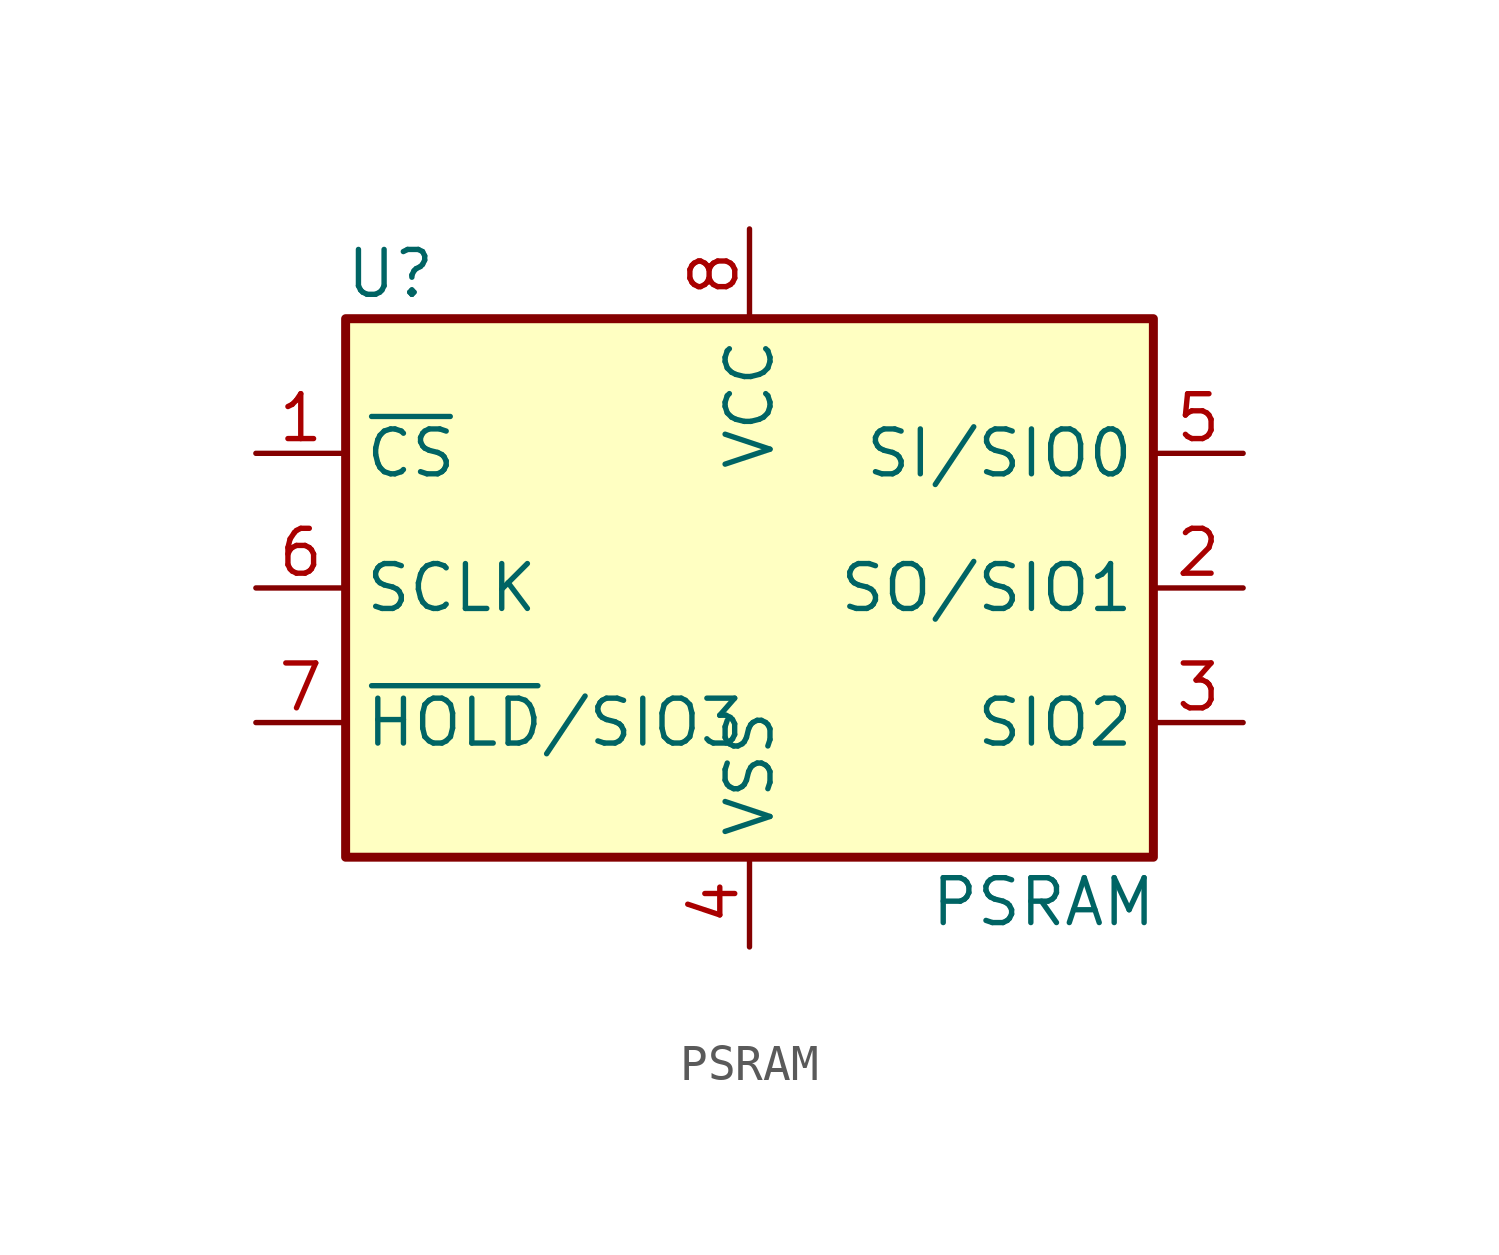
<source format=kicad_sym>
(kicad_symbol_lib
  (version 20211014)
  (generator kicad_symbol_editor)
  (symbol "PSRAM"
    (property "Reference" "U"
      (at -10.16 8.89 0)
      (effects (font (size 1.27 1.27))))
    (property "Value" "PSRAM"
      (at 5.08 -8.89 0)
      (effects (font (size 1.27 1.27)) (justify left)))
    (symbol "PSRAM_0_1"
      (rectangle (start -11.43 7.62) (end 11.43 -7.62) (stroke (width 0.254) (type default) (color 0 0 0 0)) (fill (type background))))
    (symbol "PSRAM_1_1"
      (pin input line (at -13.97 3.81 0) (length 2.54) (name "~{CS}" (effects (font (size 1.27 1.27)))) (number "1" (effects (font (size 1.27 1.27)))))
      (pin output line (at 13.97 0 180) (length 2.54) (name "SO/SIO1" (effects (font (size 1.27 1.27)))) (number "2" (effects (font (size 1.27 1.27)))))
      (pin bidirectional line (at 13.97 -3.81 180) (length 2.54) (name "SIO2" (effects (font (size 1.27 1.27)))) (number "3" (effects (font (size 1.27 1.27)))))
      (pin power_in line (at 0 -10.16 90) (length 2.54) (name "VSS" (effects (font (size 1.27 1.27)))) (number "4" (effects (font (size 1.27 1.27)))))
      (pin input line (at 13.97 3.81 180) (length 2.54) (name "SI/SIO0" (effects (font (size 1.27 1.27)))) (number "5" (effects (font (size 1.27 1.27)))))
      (pin output line (at -13.97 0 0) (length 2.54) (name "SCLK" (effects (font (size 1.27 1.27)))) (number "6" (effects (font (size 1.27 1.27)))))
      (pin bidirectional line (at -13.97 -3.81 0) (length 2.54) (name "~{HOLD}/SIO3" (effects (font (size 1.27 1.27)))) (number "7" (effects (font (size 1.27 1.27)))))
      (pin power_in line (at 0 10.16 270) (length 2.54) (name "VCC" (effects (font (size 1.27 1.27)))) (number "8" (effects (font (size 1.27 1.27))))))))
</source>
